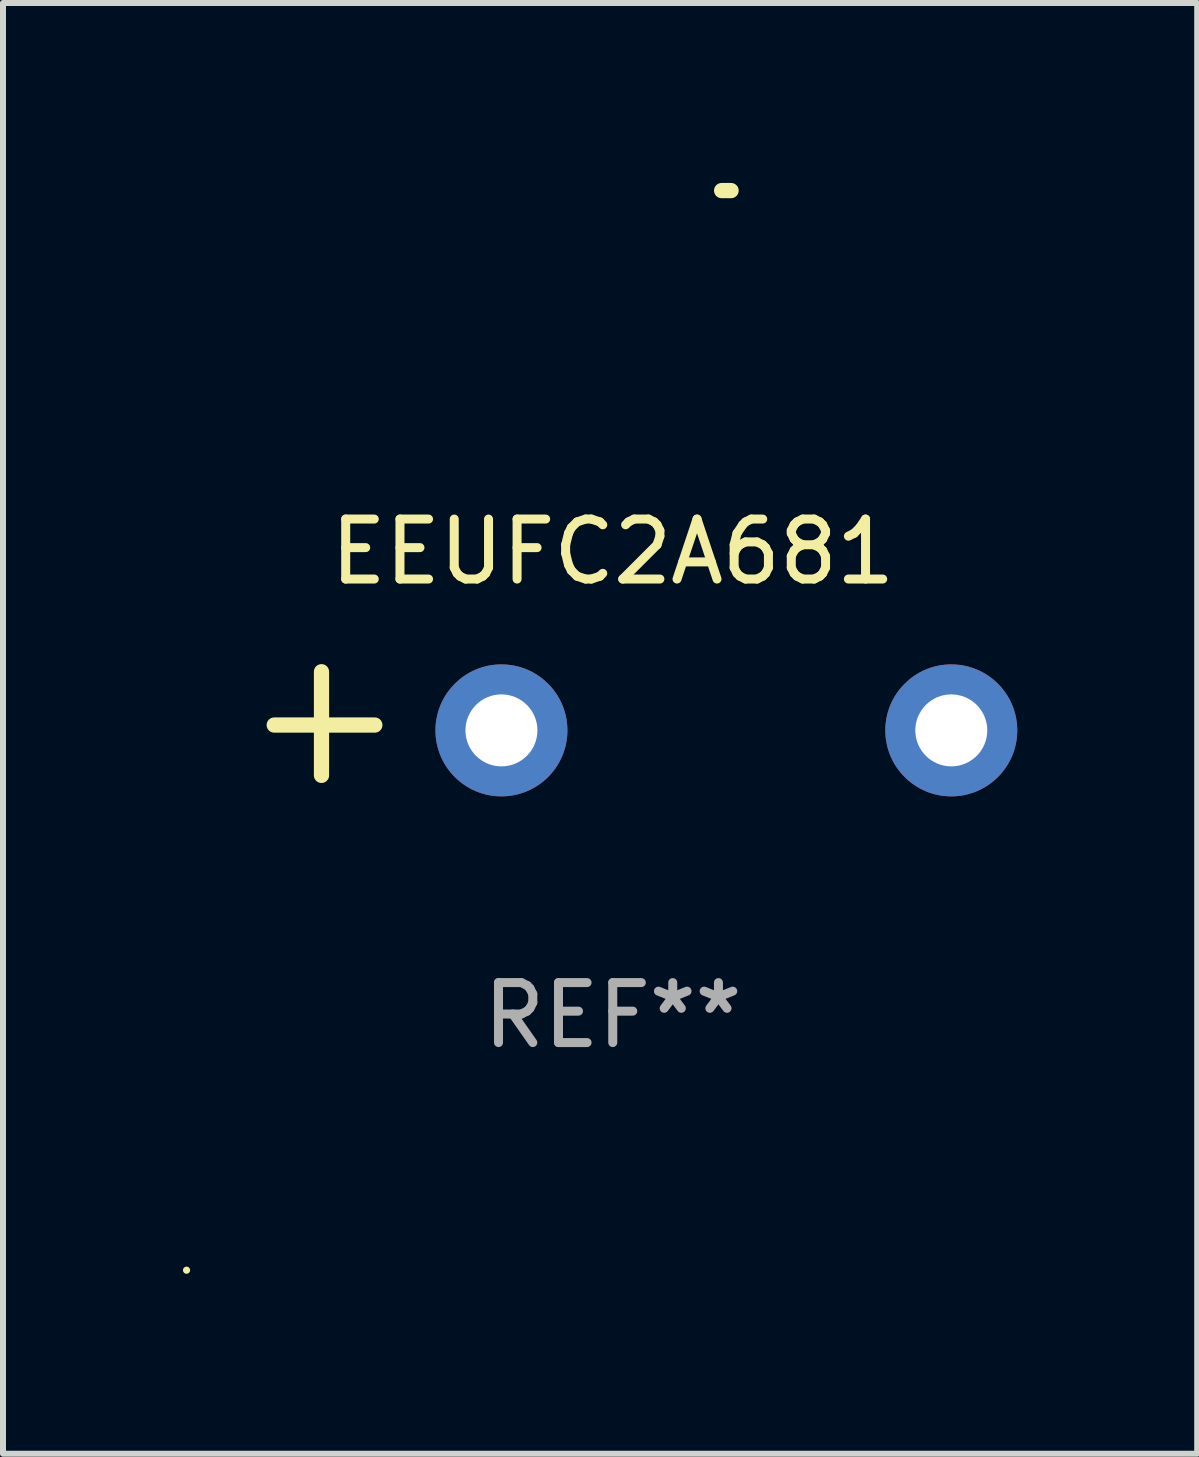
<source format=kicad_pcb>
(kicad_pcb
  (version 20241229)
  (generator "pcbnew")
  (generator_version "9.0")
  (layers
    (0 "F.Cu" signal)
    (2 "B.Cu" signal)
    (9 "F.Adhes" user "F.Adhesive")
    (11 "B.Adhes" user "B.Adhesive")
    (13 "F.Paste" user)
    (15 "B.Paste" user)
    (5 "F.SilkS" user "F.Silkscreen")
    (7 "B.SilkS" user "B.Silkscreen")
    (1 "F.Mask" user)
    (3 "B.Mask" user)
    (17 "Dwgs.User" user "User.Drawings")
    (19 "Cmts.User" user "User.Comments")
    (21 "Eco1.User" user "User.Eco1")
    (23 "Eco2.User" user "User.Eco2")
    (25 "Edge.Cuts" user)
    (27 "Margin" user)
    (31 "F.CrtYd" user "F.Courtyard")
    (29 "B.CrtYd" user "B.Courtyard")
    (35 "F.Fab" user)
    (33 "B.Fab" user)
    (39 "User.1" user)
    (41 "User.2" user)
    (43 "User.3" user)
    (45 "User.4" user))
  (footprint "EEUFC2A681"
    (layer "F.Cu")
    (at 7.166 9.013)
    (property "Reference" "EEUFC2A681" (at 0 -2.864 0) (layer "F.SilkS") (effects (font (size 1 1) (thickness 0.15))))
    (attr through_hole)
    (fp_line (start -4.856 0.864) (end -4.856 -0.864) (stroke (width 0.254) (type solid)) (layer "F.SilkS"))
    (fp_line (start -3.967 0.025) (end -5.644 0.025) (stroke (width 0.254) (type solid)) (layer "F.SilkS"))
    (fp_arc (start 1.815024 -8.885649) (mid 1.893764 -8.88599) (end 1.972504 -8.885649) (stroke (width 0.254001) (type solid)) (layer "F.SilkS"))
    (fp_circle (center -7.106 9.114) (end -7.076 9.114) (stroke (width 0.06) (type solid)) (fill no) (layer "F.SilkS"))
    (fp_text user "REF**" (at 0 4.864 0) (layer "F.Fab") (effects (font (size 1 1) (thickness 0.15))))
    (pad "1" thru_hole circle (at -1.856 0.114) (size 2.2 2.2) (drill 1.2) (layers "*.Cu" "*.Mask"))
    (pad "2" thru_hole circle (at 5.644 0.114) (size 2.2 2.2) (drill 1.2) (layers "*.Cu" "*.Mask")))
  (gr_rect
    (start -3 -3)
    (end 16.91 21.187)
    (stroke (width 0.1) (type default))
    (fill no)
    (layer "Edge.Cuts")))
</source>
